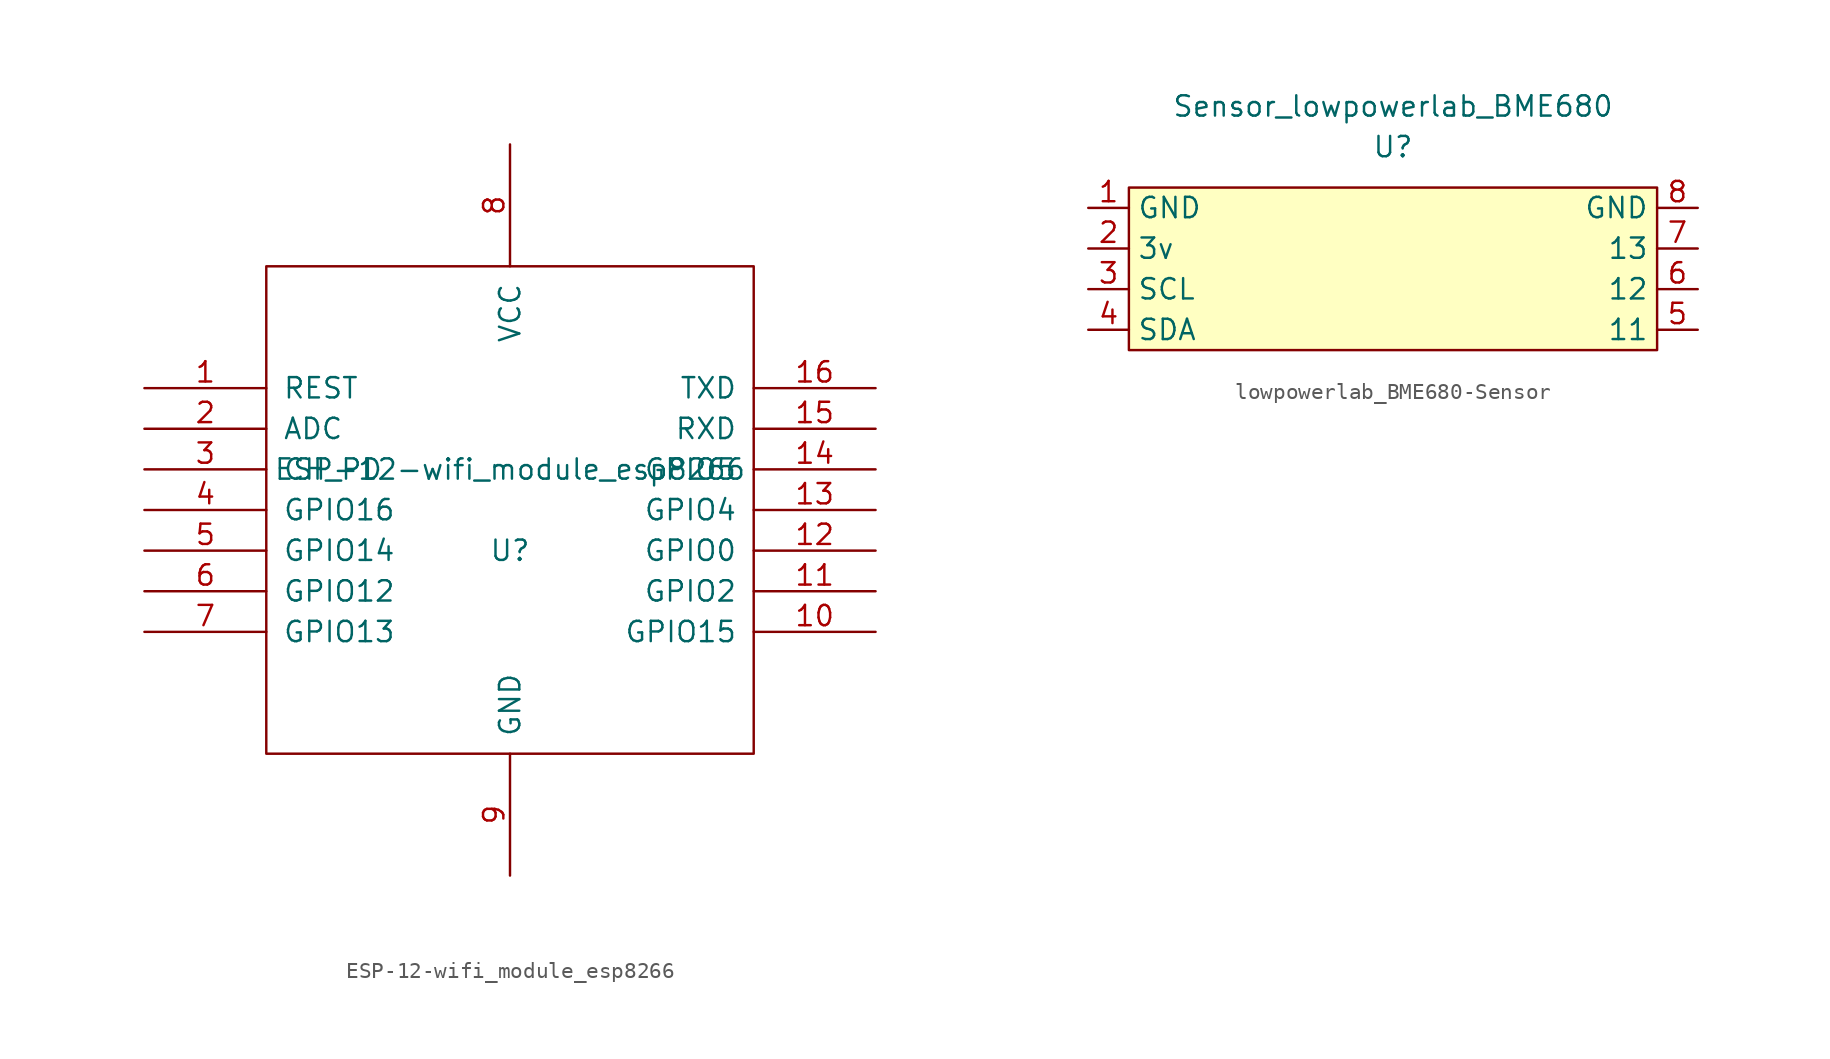
<source format=kicad_sym>
(kicad_symbol_lib
  (version 20220914)
  (generator kicad_symbol_editor)
  (symbol "ESP-12-wifi_module_esp8266"
    (pin_names
      (offset 1.016))
    (property "Reference" "U"
      (at 0 -2.54 0)
      (effects (font (size 1.27 1.27))))
    (property "Value" "ESP-12-wifi_module_esp8266"
      (at 0 2.54 0)
      (effects (font (size 1.27 1.27))))
    (symbol "ESP-12-wifi_module_esp8266_1_0"
      (rectangle (start -15.24 -15.24) (end 15.24 15.24) (stroke (width 0) (type solid)) (fill (type none))))
    (symbol "ESP-12-wifi_module_esp8266_1_1"
      (pin input line (at -22.86 7.62 0) (length 7.62) (name "REST" (effects (font (size 1.27 1.27)))) (number "1" (effects (font (size 1.27 1.27)))))
      (pin bidirectional line (at 22.86 -7.62 180) (length 7.62) (name "GPIO15" (effects (font (size 1.27 1.27)))) (number "10" (effects (font (size 1.27 1.27)))))
      (pin bidirectional line (at 22.86 -5.08 180) (length 7.62) (name "GPIO2" (effects (font (size 1.27 1.27)))) (number "11" (effects (font (size 1.27 1.27)))))
      (pin bidirectional line (at 22.86 -2.54 180) (length 7.62) (name "GPIO0" (effects (font (size 1.27 1.27)))) (number "12" (effects (font (size 1.27 1.27)))))
      (pin bidirectional line (at 22.86 0 180) (length 7.62) (name "GPIO4" (effects (font (size 1.27 1.27)))) (number "13" (effects (font (size 1.27 1.27)))))
      (pin bidirectional line (at 22.86 2.54 180) (length 7.62) (name "GPIO5" (effects (font (size 1.27 1.27)))) (number "14" (effects (font (size 1.27 1.27)))))
      (pin input line (at 22.86 5.08 180) (length 7.62) (name "RXD" (effects (font (size 1.27 1.27)))) (number "15" (effects (font (size 1.27 1.27)))))
      (pin output line (at 22.86 7.62 180) (length 7.62) (name "TXD" (effects (font (size 1.27 1.27)))) (number "16" (effects (font (size 1.27 1.27)))))
      (pin passive line (at -22.86 5.08 0) (length 7.62) (name "ADC" (effects (font (size 1.27 1.27)))) (number "2" (effects (font (size 1.27 1.27)))))
      (pin input line (at -22.86 2.54 0) (length 7.62) (name "CH_PD" (effects (font (size 1.27 1.27)))) (number "3" (effects (font (size 1.27 1.27)))))
      (pin bidirectional line (at -22.86 0 0) (length 7.62) (name "GPIO16" (effects (font (size 1.27 1.27)))) (number "4" (effects (font (size 1.27 1.27)))))
      (pin bidirectional line (at -22.86 -2.54 0) (length 7.62) (name "GPIO14" (effects (font (size 1.27 1.27)))) (number "5" (effects (font (size 1.27 1.27)))))
      (pin bidirectional line (at -22.86 -5.08 0) (length 7.62) (name "GPIO12" (effects (font (size 1.27 1.27)))) (number "6" (effects (font (size 1.27 1.27)))))
      (pin bidirectional line (at -22.86 -7.62 0) (length 7.62) (name "GPIO13" (effects (font (size 1.27 1.27)))) (number "7" (effects (font (size 1.27 1.27)))))
      (pin power_in line (at 0 22.86 270) (length 7.62) (name "VCC" (effects (font (size 1.27 1.27)))) (number "8" (effects (font (size 1.27 1.27)))))
      (pin power_in line (at 0 -22.86 90) (length 7.62) (name "GND" (effects (font (size 1.27 1.27)))) (number "9" (effects (font (size 1.27 1.27)))))))
  (symbol "lowpowerlab_BME680-Sensor"
    (property "Reference" "U"
      (at 0 -1.27 0)
      (effects (font (size 1.27 1.27))))
    (property "Value" "Sensor_lowpowerlab_BME680"
      (at 0 1.27 0)
      (effects (font (size 1.27 1.27))))
    (symbol "lowpowerlab_BME680-Sensor_0_1"
      (rectangle (start 16.51 -13.97) (end -16.51 -3.81) (stroke (width 0) (type solid)) (fill (type background))))
    (symbol "lowpowerlab_BME680-Sensor_1_1"
      (pin bidirectional line (at -19.05 -5.08 0) (length 2.54) (name "GND" (effects (font (size 1.27 1.27)))) (number "1" (effects (font (size 1.27 1.27)))))
      (pin power_in line (at -19.05 -7.62 0) (length 2.54) (name "3v" (effects (font (size 1.27 1.27)))) (number "2" (effects (font (size 1.27 1.27)))))
      (pin bidirectional line (at -19.05 -10.16 0) (length 2.54) (name "SCL" (effects (font (size 1.27 1.27)))) (number "3" (effects (font (size 1.27 1.27)))))
      (pin bidirectional line (at -19.05 -12.7 0) (length 2.54) (name "SDA" (effects (font (size 1.27 1.27)))) (number "4" (effects (font (size 1.27 1.27)))))
      (pin bidirectional line (at 19.05 -12.7 180) (length 2.54) (name "11" (effects (font (size 1.27 1.27)))) (number "5" (effects (font (size 1.27 1.27)))))
      (pin bidirectional line (at 19.05 -10.16 180) (length 2.54) (name "12" (effects (font (size 1.27 1.27)))) (number "6" (effects (font (size 1.27 1.27)))))
      (pin bidirectional line (at 19.05 -7.62 180) (length 2.54) (name "13" (effects (font (size 1.27 1.27)))) (number "7" (effects (font (size 1.27 1.27)))))
      (pin bidirectional line (at 19.05 -5.08 180) (length 2.54) (name "GND" (effects (font (size 1.27 1.27)))) (number "8" (effects (font (size 1.27 1.27))))))))
</source>
